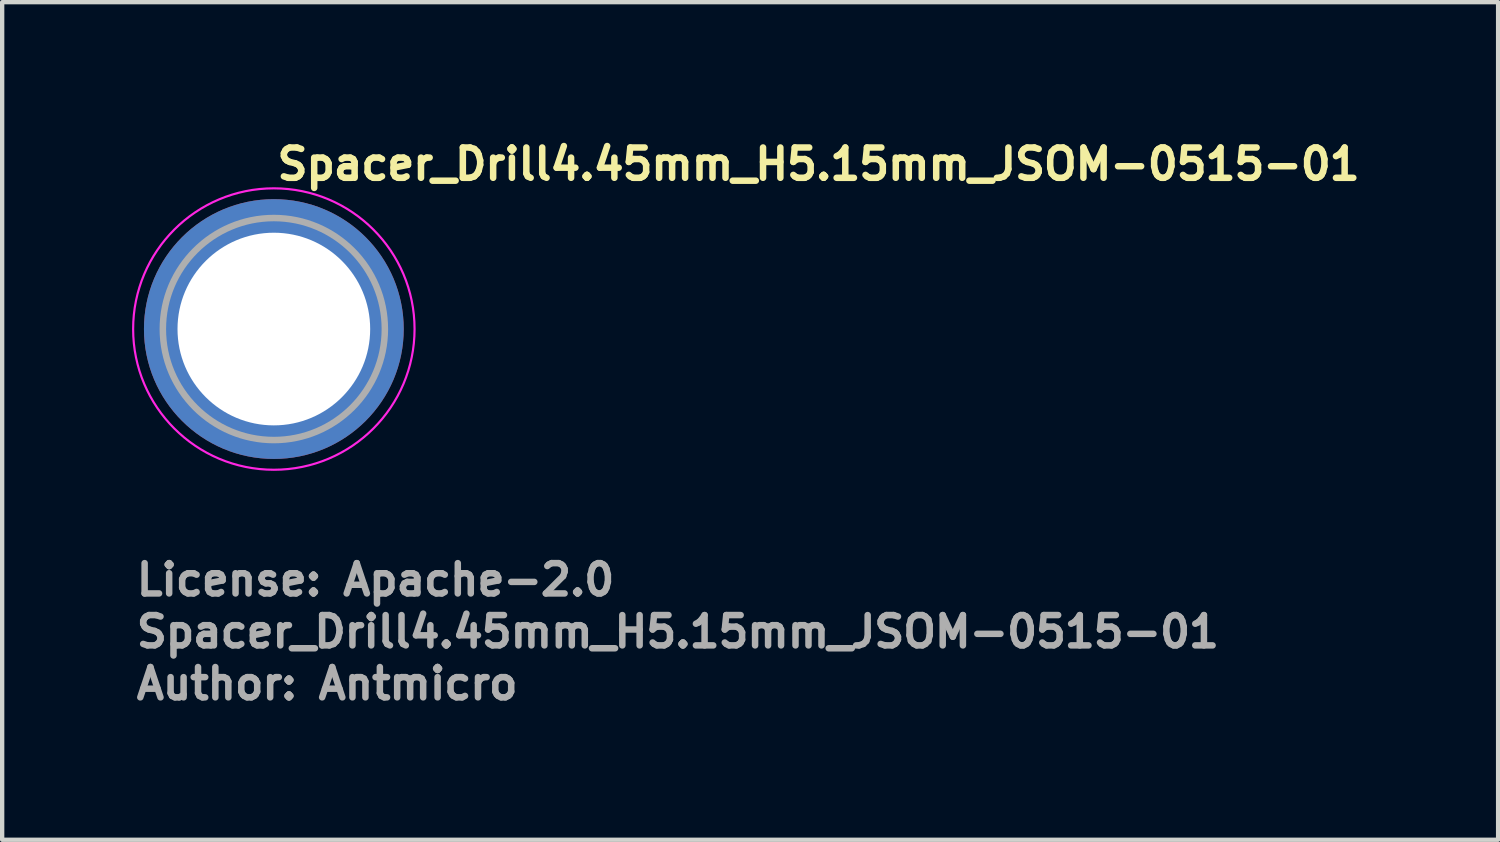
<source format=kicad_pcb>
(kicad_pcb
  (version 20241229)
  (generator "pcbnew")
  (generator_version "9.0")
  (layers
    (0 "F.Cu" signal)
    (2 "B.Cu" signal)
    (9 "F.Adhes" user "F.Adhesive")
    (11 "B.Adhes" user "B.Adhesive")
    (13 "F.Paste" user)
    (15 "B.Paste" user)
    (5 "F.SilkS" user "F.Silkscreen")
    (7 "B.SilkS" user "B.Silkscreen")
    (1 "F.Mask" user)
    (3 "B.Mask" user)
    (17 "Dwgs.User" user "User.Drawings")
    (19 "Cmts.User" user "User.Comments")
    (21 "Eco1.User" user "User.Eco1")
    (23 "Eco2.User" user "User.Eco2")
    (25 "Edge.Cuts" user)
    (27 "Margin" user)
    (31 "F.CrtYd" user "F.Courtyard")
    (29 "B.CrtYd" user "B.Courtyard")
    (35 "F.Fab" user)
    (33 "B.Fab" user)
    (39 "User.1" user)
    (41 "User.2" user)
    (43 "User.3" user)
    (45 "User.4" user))
  (footprint "Spacer_Drill4.45mm_H5.15mm_JSOM-0515-01"
    (layer "F.Cu")
    (at 3.275 4.55)
    (property "Reference" "Spacer_Drill4.45mm_H5.15mm_JSOM-0515-01" (at 0 -3.4 0) (layer "F.SilkS") (effects (font (size 0.7 0.7) (thickness 0.15)) (justify left bottom)))
    (attr smd)
    (fp_circle (center 0 0) (end 3.25 0) (stroke (width 0.05) (type solid)) (fill no) (layer "F.CrtYd"))
    (fp_circle (center 0 0) (end 2.564 0) (stroke (width 0.15) (type solid)) (fill no) (layer "F.Fab"))
    (fp_line (start -2.55 -1.5) (end 0 -3) (stroke (width 0.02) (type solid)) (layer "User.9"))
    (fp_line (start -2.55 1.5) (end -2.55 -1.5) (stroke (width 0.02) (type solid)) (layer "User.9"))
    (fp_line (start 0 -3) (end 2.55 -1.5) (stroke (width 0.02) (type solid)) (layer "User.9"))
    (fp_line (start 0 3) (end -2.55 1.5) (stroke (width 0.02) (type solid)) (layer "User.9"))
    (fp_line (start 2.55 -1.5) (end 2.55 1.5) (stroke (width 0.02) (type solid)) (layer "User.9"))
    (fp_line (start 2.55 1.5) (end 0 3) (stroke (width 0.02) (type solid)) (layer "User.9"))
    (fp_circle (center 0 0) (end 1.3 0) (stroke (width 0.02) (type solid)) (fill no) (layer "User.9"))
    (fp_text user "${REFERENCE}" (at -3.25 7.4 0) (layer "F.Fab") (effects (font (size 0.7 0.7) (thickness 0.15)) (justify left bottom)))
    (fp_text user "License: Apache-2.0" (at -3.25 6.2 0) (layer "F.Fab") (effects (font (size 0.7 0.7) (thickness 0.15)) (justify left bottom)))
    (fp_text user "Author: Antmicro" (at -3.25 8.6 0) (layer "F.Fab") (effects (font (size 0.7 0.7) (thickness 0.15)) (justify left bottom)))
    (pad "" smd custom (at -2.55 -0.55 122.5) (size 0.1 0.1) (layers "F.Paste") (options (anchor circle)) (primitives (gr_arc (start 0 0) (mid 0.704278 1.28373) (end 0.608513 2.744826) (width 0.7))))
    (pad "" smd custom (at -0.55 2.55 212.5) (size 0.1 0.1) (layers "F.Paste") (options (anchor circle)) (primitives (gr_arc (start 0 0) (mid 0.704278 1.28373) (end 0.608513 2.744826) (width 0.7))))
    (pad "" smd custom (at 0.55 -2.55 32.5) (size 0.1 0.1) (layers "F.Paste") (options (anchor circle)) (primitives (gr_arc (start 0 0) (mid 0.704278 1.28373) (end 0.608513 2.744826) (width 0.7))))
    (pad "" smd custom (at 2.55 0.55 302.5) (size 0.1 0.1) (layers "F.Paste") (options (anchor circle)) (primitives (gr_arc (start 0 0) (mid 0.704278 1.28373) (end 0.608513 2.744826) (width 0.7))))
    (pad "1" thru_hole circle (at 0 0) (size 6 6) (drill 4.45) (layers "*.Cu" "*.Mask")))
  (gr_rect
    (start -3 -3)
    (end 31.552 16.346)
    (stroke (width 0.1) (type default))
    (fill no)
    (layer "Edge.Cuts")))
</source>
